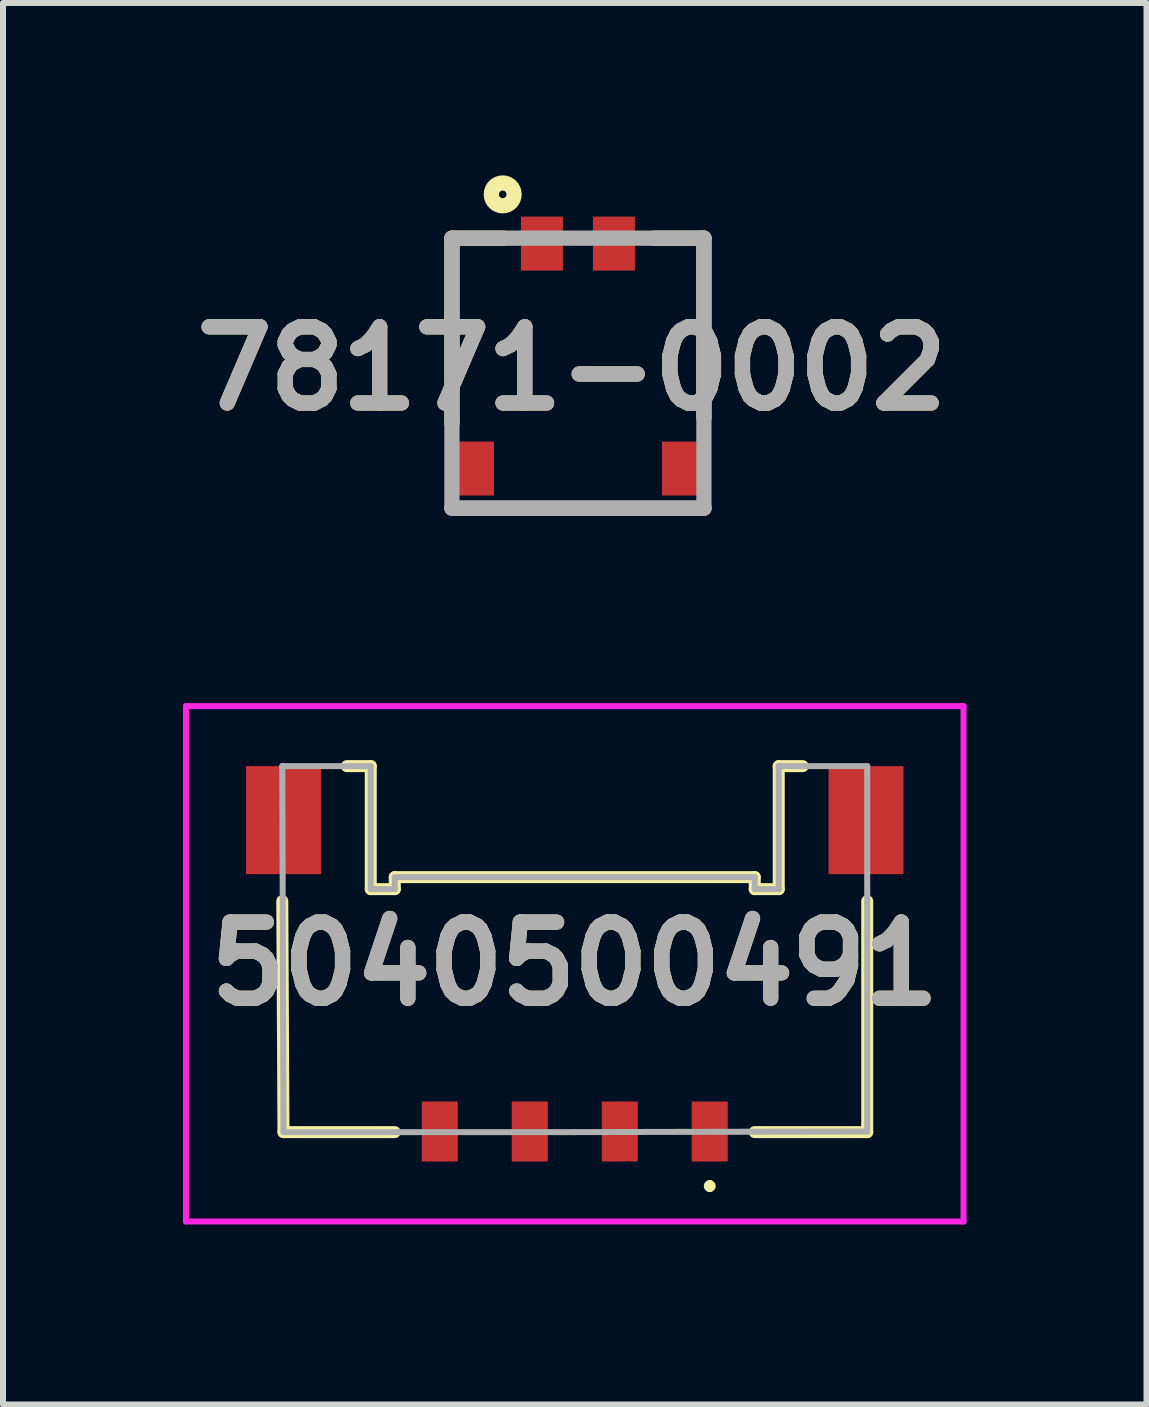
<source format=kicad_pcb>
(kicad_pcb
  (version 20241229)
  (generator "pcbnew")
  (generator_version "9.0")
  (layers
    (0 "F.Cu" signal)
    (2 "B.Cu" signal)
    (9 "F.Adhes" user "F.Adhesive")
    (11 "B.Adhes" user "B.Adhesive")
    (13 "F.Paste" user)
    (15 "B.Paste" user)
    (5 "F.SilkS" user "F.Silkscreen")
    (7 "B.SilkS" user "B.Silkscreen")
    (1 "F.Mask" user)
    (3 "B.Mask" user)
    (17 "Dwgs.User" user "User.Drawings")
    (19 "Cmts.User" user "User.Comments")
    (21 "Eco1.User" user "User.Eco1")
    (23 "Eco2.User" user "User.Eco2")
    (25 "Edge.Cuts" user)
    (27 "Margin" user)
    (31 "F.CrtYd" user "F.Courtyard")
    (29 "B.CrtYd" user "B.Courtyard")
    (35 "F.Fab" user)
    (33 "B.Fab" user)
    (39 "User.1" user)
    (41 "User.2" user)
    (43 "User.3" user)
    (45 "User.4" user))
  (footprint "5040500491"
    (layer "F.Cu")
    (at 6.53 12.77)
    (property "Reference" "5040500491" (at 0 0.245 0) (layer "F.SilkS") (effects (font (size 1.27 1.27) (thickness 0.254))))
    (attr smd)
    (fp_line (start -4.855 3.05) (end -4.875 -0.8) (stroke (width 0.2) (type solid)) (layer "F.SilkS"))
    (fp_line (start -3.8 -3.05) (end -3.4 -3.05) (stroke (width 0.2) (type solid)) (layer "F.SilkS"))
    (fp_line (start -3.4 -3.05) (end -3.4 -1) (stroke (width 0.2) (type solid)) (layer "F.SilkS"))
    (fp_line (start -3.4 -1) (end -3 -1) (stroke (width 0.2) (type solid)) (layer "F.SilkS"))
    (fp_line (start -3 -1.2) (end 3 -1.2) (stroke (width 0.2) (type solid)) (layer "F.SilkS"))
    (fp_line (start -3 -1) (end -3 -1.2) (stroke (width 0.2) (type solid)) (layer "F.SilkS"))
    (fp_line (start -3 3.05) (end -4.855 3.05) (stroke (width 0.2) (type solid)) (layer "F.SilkS"))
    (fp_line (start 2.25 3.9) (end 2.25 3.9) (stroke (width 0.1) (type solid)) (layer "F.SilkS"))
    (fp_line (start 2.25 4) (end 2.25 4) (stroke (width 0.1) (type solid)) (layer "F.SilkS"))
    (fp_line (start 3 -1.2) (end 3 -1) (stroke (width 0.2) (type solid)) (layer "F.SilkS"))
    (fp_line (start 3 -1) (end 3.4 -1) (stroke (width 0.2) (type solid)) (layer "F.SilkS"))
    (fp_line (start 3 3.05) (end 4.875 3.05) (stroke (width 0.2) (type solid)) (layer "F.SilkS"))
    (fp_line (start 3.4 -3.05) (end 3.8 -3.05) (stroke (width 0.2) (type solid)) (layer "F.SilkS"))
    (fp_line (start 3.4 -1) (end 3.4 -3.05) (stroke (width 0.2) (type solid)) (layer "F.SilkS"))
    (fp_line (start 4.875 3.05) (end 4.875 -0.8) (stroke (width 0.2) (type solid)) (layer "F.SilkS"))
    (fp_arc (start 2.25 3.9) (mid 2.3 3.95) (end 2.25 4) (stroke (width 0.1) (type solid)) (layer "F.SilkS"))
    (fp_arc (start 2.25 4) (mid 2.2 3.95) (end 2.25 3.9) (stroke (width 0.1) (type solid)) (layer "F.SilkS"))
    (fp_line (start -6.48 -4.05) (end 6.48 -4.05) (stroke (width 0.1) (type solid)) (layer "F.CrtYd"))
    (fp_line (start -6.48 4.54) (end -6.48 -4.05) (stroke (width 0.1) (type solid)) (layer "F.CrtYd"))
    (fp_line (start 6.48 -4.05) (end 6.48 4.54) (stroke (width 0.1) (type solid)) (layer "F.CrtYd"))
    (fp_line (start 6.48 4.54) (end -6.48 4.54) (stroke (width 0.1) (type solid)) (layer "F.CrtYd"))
    (fp_line (start -4.875 -3.05) (end -3.4 -3.05) (stroke (width 0.1) (type solid)) (layer "F.Fab"))
    (fp_line (start -4.855 3.05) (end -4.875 -3.05) (stroke (width 0.1) (type solid)) (layer "F.Fab"))
    (fp_line (start -3.4 -3.05) (end -3.4 -1) (stroke (width 0.1) (type solid)) (layer "F.Fab"))
    (fp_line (start -3.4 -1) (end -3 -1) (stroke (width 0.1) (type solid)) (layer "F.Fab"))
    (fp_line (start -3 -1.2) (end 3 -1.2) (stroke (width 0.1) (type solid)) (layer "F.Fab"))
    (fp_line (start -3 -1) (end -3 -1.2) (stroke (width 0.1) (type solid)) (layer "F.Fab"))
    (fp_line (start 0 3.05) (end -4.855 3.05) (stroke (width 0.1) (type solid)) (layer "F.Fab"))
    (fp_line (start 3 -1.2) (end 3 -1) (stroke (width 0.1) (type solid)) (layer "F.Fab"))
    (fp_line (start 3 -1) (end 3.4 -1) (stroke (width 0.1) (type solid)) (layer "F.Fab"))
    (fp_line (start 3.4 -3.05) (end 4.875 -3.05) (stroke (width 0.1) (type solid)) (layer "F.Fab"))
    (fp_line (start 3.4 -1) (end 3.4 -3.05) (stroke (width 0.1) (type solid)) (layer "F.Fab"))
    (fp_line (start 4.875 -3.05) (end 4.875 3.04) (stroke (width 0.1) (type solid)) (layer "F.Fab"))
    (fp_line (start 4.875 3.04) (end 0 3.05) (stroke (width 0.1) (type solid)) (layer "F.Fab"))
    (fp_text user "${REFERENCE}" (at 0 0.245 0) (layer "F.Fab") (effects (font (size 1.27 1.27) (thickness 0.254))))
    (pad "1" smd rect (at 2.25 3.04) (size 0.6 1) (layers "F.Cu" "F.Mask" "F.Paste"))
    (pad "2" smd rect (at 0.75 3.04) (size 0.6 1) (layers "F.Cu" "F.Mask" "F.Paste"))
    (pad "3" smd rect (at -0.75 3.04) (size 0.6 1) (layers "F.Cu" "F.Mask" "F.Paste"))
    (pad "4" smd rect (at -2.25 3.04) (size 0.6 1) (layers "F.Cu" "F.Mask" "F.Paste"))
    (pad "MP1" smd rect (at 4.855 -2.15) (size 1.25 1.8) (layers "F.Cu" "F.Mask" "F.Paste"))
    (pad "MP2" smd rect (at -4.855 -2.15) (size 1.25 1.8) (layers "F.Cu" "F.Mask" "F.Paste")))
  (footprint "78171-0002"
    (layer "F.Cu")
    (at 4.483 5.42)
    (property "Reference" "78171-0002" (at 2 -2.327 0) (layer "F.SilkS") (effects (font (size 1.27 1.27) (thickness 0.254))))
    (attr smd)
    (fp_line (start 0 -4.5) (end 0 -1.421) (stroke (width 0.254) (type solid)) (layer "F.SilkS"))
    (fp_line (start 0 -4.5) (end 0.86 -4.5) (stroke (width 0.254) (type solid)) (layer "F.SilkS"))
    (fp_line (start 0 0) (end 4.2 0) (stroke (width 0.254) (type solid)) (layer "F.SilkS"))
    (fp_line (start 4.2 -4.5) (end 3.367 -4.5) (stroke (width 0.254) (type solid)) (layer "F.SilkS"))
    (fp_line (start 4.2 -4.5) (end 4.2 -1.506) (stroke (width 0.254) (type solid)) (layer "F.SilkS"))
    (fp_circle (center 0.846 -5.23) (end 0.846 -5.167) (stroke (width 0.254) (type solid)) (fill no) (layer "F.SilkS"))
    (fp_line (start 0 -4.5) (end 4.2 -4.5) (stroke (width 0.254) (type solid)) (layer "F.Fab"))
    (fp_line (start 0 0) (end 0 -4.5) (stroke (width 0.254) (type solid)) (layer "F.Fab"))
    (fp_line (start 4.2 -4.5) (end 4.2 0) (stroke (width 0.254) (type solid)) (layer "F.Fab"))
    (fp_line (start 4.2 0) (end 0 0) (stroke (width 0.254) (type solid)) (layer "F.Fab"))
    (fp_text user "${REFERENCE}" (at 2 -2.327 0) (layer "F.Fab") (effects (font (size 1.27 1.27) (thickness 0.254))))
    (pad "1" smd rect (at 1.5 -4.41) (size 0.7 0.9) (layers "F.Cu" "F.Mask" "F.Paste"))
    (pad "2" smd rect (at 2.7 -4.41) (size 0.7 0.9) (layers "F.Cu" "F.Mask" "F.Paste"))
    (pad "3" smd rect (at 0.325 -0.66) (size 0.75 0.9) (layers "F.Cu" "F.Mask" "F.Paste"))
    (pad "4" smd rect (at 3.875 -0.66) (size 0.75 0.9) (layers "F.Cu" "F.Mask" "F.Paste")))
  (gr_rect
    (start -3 -3)
    (end 16.06 20.36)
    (stroke (width 0.1) (type default))
    (fill no)
    (layer "Edge.Cuts")))
</source>
